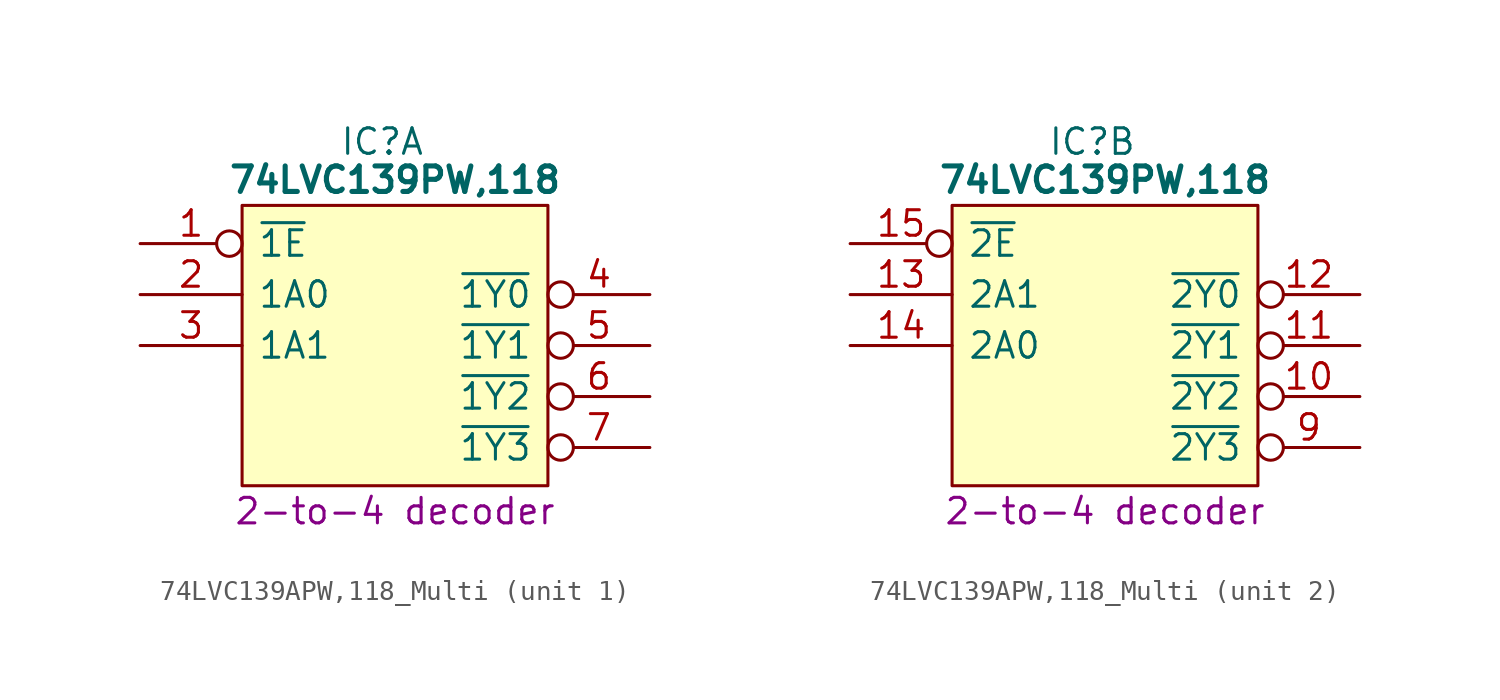
<source format=kicad_sym>
(kicad_symbol_lib
  (version 20220914)
  (generator kicad_symbol_editor)
  (symbol "74LVC139APW,118_Multi"
    (pin_names
      (offset 0.762))
    (property "Reference" "IC"
      (at 12.065 5.08 0)
      (effects (font (size 1.27 1.27))))
    (property "Value" "74LVC139PW,118"
      (at 12.7 3.175 0)
      (effects (font (size 1.27 1.27) bold)))
    (property "Description" "2-to-4 decoder"
      (at 12.7 -13.335 0)
      (effects (font (size 1.27 1.27))))
    (symbol "74LVC139APW,118_Multi_0_0"
      (pin passive line (at 25.4 0 180) (length 5.08) hide (name "3V" (effects (font (size 1.27 1.27)))) (number "16" (effects (font (size 1.27 1.27)))))
      (pin passive line (at 0 -10.16 0) (length 5.08) hide (name "GND" (effects (font (size 1.27 1.27)))) (number "8" (effects (font (size 1.27 1.27))))))
    (symbol "74LVC139APW,118_Multi_0_1"
      (polyline (pts (xy 5.08 1.905) (xy 20.32 1.905) (xy 20.32 -12.065) (xy 5.08 -12.065) (xy 5.08 1.905)) (stroke (width 0.152) (type default)) (fill (type background))))
    (symbol "74LVC139APW,118_Multi_1_0"
      (pin passive line (at 0 -5.08 0) (length 5.08) (name "1A1" (effects (font (size 1.27 1.27)))) (number "3" (effects (font (size 1.27 1.27)))))
      (pin passive inverted (at 25.4 -2.54 180) (length 5.08) (name "~{1Y0}" (effects (font (size 1.27 1.27)))) (number "4" (effects (font (size 1.27 1.27)))))
      (pin passive inverted (at 25.4 -5.08 180) (length 5.08) (name "~{1Y1}" (effects (font (size 1.27 1.27)))) (number "5" (effects (font (size 1.27 1.27)))))
      (pin passive inverted (at 25.4 -7.62 180) (length 5.08) (name "~{1Y2}" (effects (font (size 1.27 1.27)))) (number "6" (effects (font (size 1.27 1.27)))))
      (pin passive inverted (at 25.4 -10.16 180) (length 5.08) (name "~{1Y3}" (effects (font (size 1.27 1.27)))) (number "7" (effects (font (size 1.27 1.27))))))
    (symbol "74LVC139APW,118_Multi_1_1"
      (pin passive inverted (at 0 0 0) (length 5.08) (name "~{1E}" (effects (font (size 1.27 1.27)))) (number "1" (effects (font (size 1.27 1.27)))))
      (pin passive line (at 0 -2.54 0) (length 5.08) (name "1A0" (effects (font (size 1.27 1.27)))) (number "2" (effects (font (size 1.27 1.27))))))
    (symbol "74LVC139APW,118_Multi_2_0"
      (pin passive inverted (at 25.4 -7.62 180) (length 5.08) (name "~{2Y2}" (effects (font (size 1.27 1.27)))) (number "10" (effects (font (size 1.27 1.27)))))
      (pin passive inverted (at 25.4 -5.08 180) (length 5.08) (name "~{2Y1}" (effects (font (size 1.27 1.27)))) (number "11" (effects (font (size 1.27 1.27)))))
      (pin passive inverted (at 25.4 -2.54 180) (length 5.08) (name "~{2Y0}" (effects (font (size 1.27 1.27)))) (number "12" (effects (font (size 1.27 1.27)))))
      (pin passive line (at 0 -2.54 0) (length 5.08) (name "2A1" (effects (font (size 1.27 1.27)))) (number "13" (effects (font (size 1.27 1.27)))))
      (pin passive line (at 0 -5.08 0) (length 5.08) (name "2A0" (effects (font (size 1.27 1.27)))) (number "14" (effects (font (size 1.27 1.27)))))
      (pin passive inverted (at 0 0 0) (length 5.08) (name "~{2E}" (effects (font (size 1.27 1.27)))) (number "15" (effects (font (size 1.27 1.27)))))
      (pin passive inverted (at 25.4 -10.16 180) (length 5.08) (name "~{2Y3}" (effects (font (size 1.27 1.27)))) (number "9" (effects (font (size 1.27 1.27))))))))
</source>
